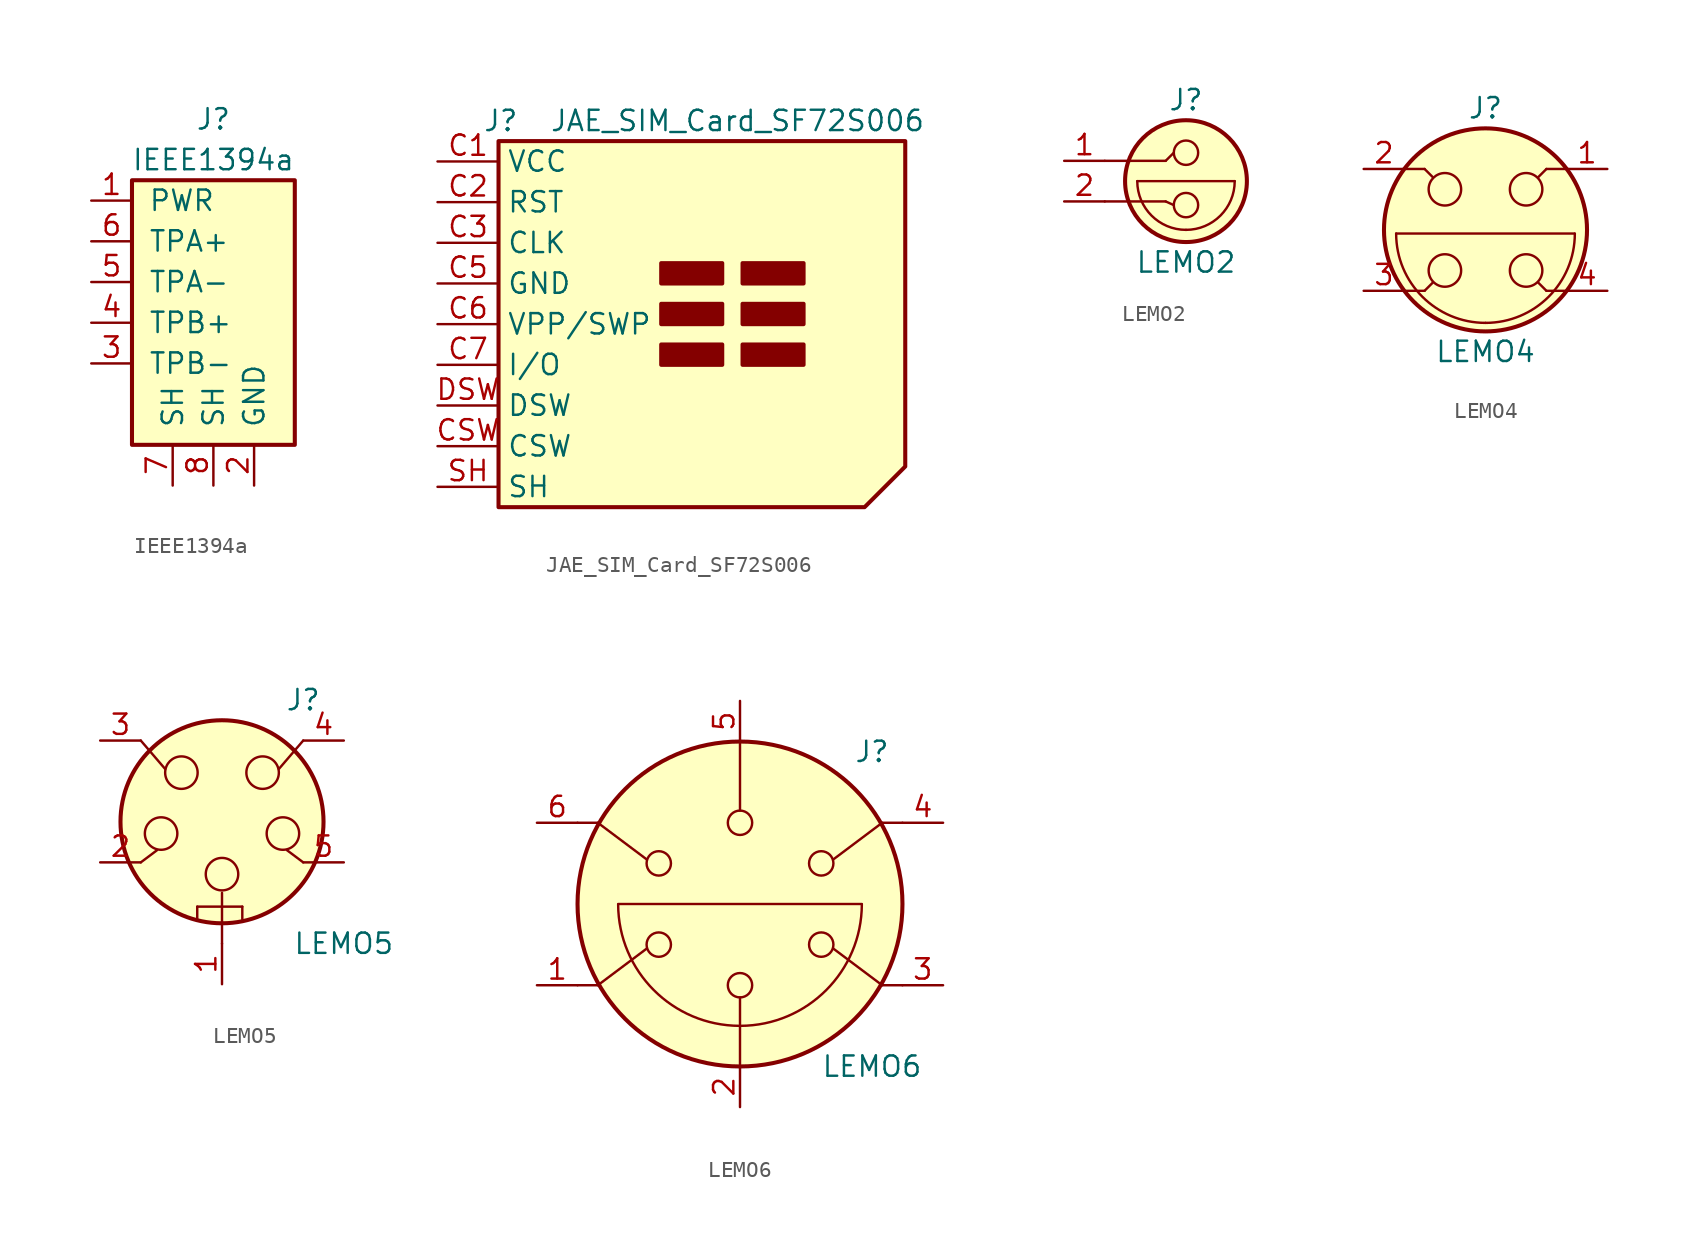
<source format=kicad_sym>
(kicad_symbol_lib
  (version 20220914)
  (generator kicad_symbol_editor)
  (symbol "IEEE1394a"
    (pin_names
      (offset 1.016))
    (property "Reference" "J"
      (at 0 12.7 0)
      (effects (font (size 1.27 1.27))))
    (property "Value" "IEEE1394a"
      (at 0 10.16 0)
      (effects (font (size 1.27 1.27))))
    (symbol "IEEE1394a_0_1"
      (rectangle (start -5.08 8.89) (end 5.08 -7.62) (stroke (width 0.254) (type solid)) (fill (type background))))
    (symbol "IEEE1394a_1_1"
      (pin power_in line (at -7.62 7.62 0) (length 2.54) (name "PWR" (effects (font (size 1.27 1.27)))) (number "1" (effects (font (size 1.27 1.27)))))
      (pin power_in line (at 2.54 -10.16 90) (length 2.54) (name "GND" (effects (font (size 1.27 1.27)))) (number "2" (effects (font (size 1.27 1.27)))))
      (pin bidirectional line (at -7.62 -2.54 0) (length 2.54) (name "TPB-" (effects (font (size 1.27 1.27)))) (number "3" (effects (font (size 1.27 1.27)))))
      (pin bidirectional line (at -7.62 0 0) (length 2.54) (name "TPB+" (effects (font (size 1.27 1.27)))) (number "4" (effects (font (size 1.27 1.27)))))
      (pin bidirectional line (at -7.62 2.54 0) (length 2.54) (name "TPA-" (effects (font (size 1.27 1.27)))) (number "5" (effects (font (size 1.27 1.27)))))
      (pin bidirectional line (at -7.62 5.08 0) (length 2.54) (name "TPA+" (effects (font (size 1.27 1.27)))) (number "6" (effects (font (size 1.27 1.27)))))
      (pin passive line (at -2.54 -10.16 90) (length 2.54) (name "SH" (effects (font (size 1.27 1.27)))) (number "7" (effects (font (size 1.27 1.27)))))
      (pin passive line (at 0 -10.16 90) (length 2.54) (name "SH" (effects (font (size 1.27 1.27)))) (number "8" (effects (font (size 1.27 1.27)))))))
  (symbol "JAE_SIM_Card_SF72S006"
    (property "Reference" "J"
      (at 5.08 12.7 0)
      (effects (font (size 1.27 1.27)) (justify right)))
    (property "Value" "JAE_SIM_Card_SF72S006"
      (at 30.48 12.7 0)
      (effects (font (size 1.27 1.27)) (justify right)))
    (symbol "JAE_SIM_Card_SF72S006_0_1"
      (polyline (pts (xy 3.81 11.43) (xy 3.81 -11.43) (xy 26.67 -11.43) (xy 29.21 -8.89) (xy 29.21 11.43) (xy 3.81 11.43)) (stroke (width 0.254) (type solid)) (fill (type background)))
      (rectangle (start 13.97 -2.54) (end 17.78 -1.27) (stroke (width 0.254) (type solid)) (fill (type outline)))
      (rectangle (start 13.97 0) (end 17.78 1.27) (stroke (width 0.254) (type solid)) (fill (type outline)))
      (rectangle (start 13.97 2.54) (end 17.78 3.81) (stroke (width 0.254) (type solid)) (fill (type outline)))
      (rectangle (start 19.05 -1.27) (end 22.86 -2.54) (stroke (width 0.254) (type solid)) (fill (type outline)))
      (rectangle (start 19.05 0) (end 22.86 1.27) (stroke (width 0.254) (type solid)) (fill (type outline)))
      (rectangle (start 19.05 2.54) (end 22.86 3.81) (stroke (width 0.254) (type solid)) (fill (type outline))))
    (symbol "JAE_SIM_Card_SF72S006_1_1"
      (pin power_in line (at 0 10.16 0) (length 3.81) (name "VCC" (effects (font (size 1.27 1.27)))) (number "C1" (effects (font (size 1.27 1.27)))))
      (pin input line (at 0 7.62 0) (length 3.81) (name "RST" (effects (font (size 1.27 1.27)))) (number "C2" (effects (font (size 1.27 1.27)))))
      (pin input line (at 0 5.08 0) (length 3.81) (name "CLK" (effects (font (size 1.27 1.27)))) (number "C3" (effects (font (size 1.27 1.27)))))
      (pin power_in line (at 0 2.54 0) (length 3.81) (name "GND" (effects (font (size 1.27 1.27)))) (number "C5" (effects (font (size 1.27 1.27)))))
      (pin bidirectional line (at 0 0 0) (length 3.81) (name "VPP/SWP" (effects (font (size 1.27 1.27)))) (number "C6" (effects (font (size 1.27 1.27)))))
      (pin bidirectional line (at 0 -2.54 0) (length 3.81) (name "I/O" (effects (font (size 1.27 1.27)))) (number "C7" (effects (font (size 1.27 1.27)))))
      (pin passive line (at 0 -7.62 0) (length 3.81) (name "CSW" (effects (font (size 1.27 1.27)))) (number "CSW" (effects (font (size 1.27 1.27)))))
      (pin passive line (at 0 -5.08 0) (length 3.81) (name "DSW" (effects (font (size 1.27 1.27)))) (number "DSW" (effects (font (size 1.27 1.27)))))
      (pin passive line (at 0 -10.16 0) (length 3.81) (name "SH" (effects (font (size 1.27 1.27)))) (number "SH" (effects (font (size 1.27 1.27)))))))
  (symbol "LEMO2"
    (pin_names
      (offset 1.016) hide)
    (property "Reference" "J"
      (at 0 6.35 0)
      (effects (font (size 1.27 1.27))))
    (property "Value" "LEMO2"
      (at 0 -3.81 0)
      (effects (font (size 1.27 1.27))))
    (symbol "LEMO2_0_1"
      (arc (start -3.048 1.27) (mid -2.1553 -0.8853) (end 0 -1.778) (stroke (width 0) (type solid)) (fill (type none)))
      (arc (start 0 -1.778) (mid 2.1553 -0.8853) (end 3.048 1.27) (stroke (width 0) (type solid)) (fill (type none)))
      (circle (center 0 -0.229) (radius 0.762) (stroke (width 0) (type solid)) (fill (type none)))
      (polyline (pts (xy -5.08 0) (xy -1.27 0)) (stroke (width 0) (type solid)) (fill (type none)))
      (polyline (pts (xy -5.08 2.54) (xy -1.27 2.54)) (stroke (width 0) (type solid)) (fill (type none)))
      (polyline (pts (xy -3.048 1.27) (xy 3.048 1.27)) (stroke (width 0) (type solid)) (fill (type none)))
      (polyline (pts (xy -1.27 2.54) (xy -0.762 3.048)) (stroke (width 0) (type solid)) (fill (type none)))
      (polyline (pts (xy -0.762 -0.229) (xy -1.27 0)) (stroke (width 0) (type solid)) (fill (type none)))
      (circle (center 0 1.27) (radius 3.81) (stroke (width 0.254) (type solid)) (fill (type background)))
      (circle (center 0 3.048) (radius 0.762) (stroke (width 0) (type solid)) (fill (type none))))
    (symbol "LEMO2_1_1"
      (pin passive line (at -7.62 2.54 0) (length 2.54) (name "~" (effects (font (size 1.27 1.27)))) (number "1" (effects (font (size 1.27 1.27)))))
      (pin passive line (at -7.62 0 0) (length 2.54) (name "~" (effects (font (size 1.27 1.27)))) (number "2" (effects (font (size 1.27 1.27)))))))
  (symbol "LEMO4"
    (pin_names
      (offset 1.016) hide)
    (property "Reference" "J"
      (at 0 7.62 0)
      (effects (font (size 1.27 1.27))))
    (property "Value" "LEMO4"
      (at 0 -7.62 0)
      (effects (font (size 1.27 1.27))))
    (symbol "LEMO4_0_1"
      (arc (start -5.588 -0.2286) (mid -3.9513 -4.1799) (end 0 -5.8166) (stroke (width 0) (type solid)) (fill (type none)))
      (circle (center -2.54 -2.54) (radius 1.016) (stroke (width 0) (type solid)) (fill (type none)))
      (circle (center -2.54 2.54) (radius 1.016) (stroke (width 0) (type solid)) (fill (type none)))
      (arc (start 0 -5.8166) (mid 3.9513 -4.1799) (end 5.588 -0.2286) (stroke (width 0) (type solid)) (fill (type none)))
      (polyline (pts (xy -5.588 -0.229) (xy 5.563 -0.229)) (stroke (width 0) (type solid)) (fill (type none)))
      (polyline (pts (xy -5.08 -3.81) (xy -3.81 -3.81)) (stroke (width 0) (type solid)) (fill (type none)))
      (polyline (pts (xy -3.81 -3.81) (xy -3.302 -3.302)) (stroke (width 0) (type solid)) (fill (type none)))
      (polyline (pts (xy -3.81 3.81) (xy -5.08 3.81)) (stroke (width 0) (type solid)) (fill (type none)))
      (polyline (pts (xy -3.81 3.81) (xy -3.302 3.302)) (stroke (width 0) (type solid)) (fill (type none)))
      (polyline (pts (xy 3.81 -3.81) (xy 3.302 -3.302)) (stroke (width 0) (type solid)) (fill (type none)))
      (polyline (pts (xy 3.81 3.81) (xy 3.302 3.302)) (stroke (width 0) (type solid)) (fill (type none)))
      (polyline (pts (xy 5.08 -3.81) (xy 3.81 -3.81)) (stroke (width 0) (type solid)) (fill (type none)))
      (polyline (pts (xy 5.08 3.81) (xy 3.81 3.81)) (stroke (width 0) (type solid)) (fill (type none)))
      (circle (center 0 0) (radius 6.35) (stroke (width 0.254) (type solid)) (fill (type background)))
      (circle (center 2.54 -2.54) (radius 1.016) (stroke (width 0) (type solid)) (fill (type none)))
      (circle (center 2.54 2.54) (radius 1.016) (stroke (width 0) (type solid)) (fill (type none))))
    (symbol "LEMO4_1_1"
      (pin passive line (at 7.62 3.81 180) (length 2.54) (name "~" (effects (font (size 1.27 1.27)))) (number "1" (effects (font (size 1.27 1.27)))))
      (pin passive line (at -7.62 3.81 0) (length 2.54) (name "~" (effects (font (size 1.27 1.27)))) (number "2" (effects (font (size 1.27 1.27)))))
      (pin passive line (at -7.62 -3.81 0) (length 2.54) (name "~" (effects (font (size 1.27 1.27)))) (number "3" (effects (font (size 1.27 1.27)))))
      (pin passive line (at 7.62 -3.81 180) (length 2.54) (name "~" (effects (font (size 1.27 1.27)))) (number "4" (effects (font (size 1.27 1.27)))))))
  (symbol "LEMO5"
    (pin_names
      (offset 1.016) hide)
    (property "Reference" "J"
      (at 5.08 7.62 0)
      (effects (font (size 1.27 1.27))))
    (property "Value" "LEMO5"
      (at 7.62 -7.62 0)
      (effects (font (size 1.27 1.27))))
    (symbol "LEMO5_0_1"
      (circle (center -3.81 -0.737) (radius 1.016) (stroke (width 0) (type solid)) (fill (type none)))
      (circle (center -2.54 3.073) (radius 1.016) (stroke (width 0) (type solid)) (fill (type none)))
      (circle (center 0 -3.277) (radius 1.016) (stroke (width 0) (type solid)) (fill (type none)))
      (polyline (pts (xy -5.08 -2.54) (xy -4.064 -1.778)) (stroke (width 0) (type solid)) (fill (type none)))
      (polyline (pts (xy -5.08 5.08) (xy -3.556 3.302)) (stroke (width 0) (type solid)) (fill (type none)))
      (polyline (pts (xy -1.549 -6.096) (xy -1.549 -5.309)) (stroke (width 0) (type solid)) (fill (type none)))
      (polyline (pts (xy -1.549 -5.309) (xy 1.27 -5.309)) (stroke (width 0) (type solid)) (fill (type none)))
      (polyline (pts (xy 0 -7.62) (xy 0 -4.445)) (stroke (width 0) (type solid)) (fill (type none)))
      (polyline (pts (xy 1.27 -5.309) (xy 1.27 -6.096)) (stroke (width 0) (type solid)) (fill (type none)))
      (polyline (pts (xy 5.08 -2.54) (xy 4.064 -1.778)) (stroke (width 0) (type solid)) (fill (type none)))
      (polyline (pts (xy 5.08 5.08) (xy 3.556 3.302)) (stroke (width 0) (type solid)) (fill (type none)))
      (circle (center 0 0) (radius 6.35) (stroke (width 0.254) (type solid)) (fill (type background)))
      (circle (center 2.54 3.073) (radius 1.016) (stroke (width 0) (type solid)) (fill (type none)))
      (circle (center 3.81 -0.737) (radius 1.016) (stroke (width 0) (type solid)) (fill (type none))))
    (symbol "LEMO5_1_1"
      (pin passive line (at 0 -10.16 90) (length 2.54) (name "~" (effects (font (size 1.27 1.27)))) (number "1" (effects (font (size 1.27 1.27)))))
      (pin passive line (at -7.62 -2.54 0) (length 2.54) (name "~" (effects (font (size 1.27 1.27)))) (number "2" (effects (font (size 1.27 1.27)))))
      (pin passive line (at -7.62 5.08 0) (length 2.54) (name "~" (effects (font (size 1.27 1.27)))) (number "3" (effects (font (size 1.27 1.27)))))
      (pin passive line (at 7.62 5.08 180) (length 2.54) (name "~" (effects (font (size 1.27 1.27)))) (number "4" (effects (font (size 1.27 1.27)))))
      (pin passive line (at 7.62 -2.54 180) (length 2.54) (name "~" (effects (font (size 1.27 1.27)))) (number "5" (effects (font (size 1.27 1.27)))))))
  (symbol "LEMO6"
    (pin_names
      (offset 1.016) hide)
    (property "Reference" "J"
      (at 8.255 9.525 0)
      (effects (font (size 1.27 1.27))))
    (property "Value" "LEMO6"
      (at 8.255 -10.16 0)
      (effects (font (size 1.27 1.27))))
    (symbol "LEMO6_0_1"
      (arc (start -7.62 -0.0254) (mid -5.3882 -5.3882) (end -0.0254 -7.62) (stroke (width 0) (type solid)) (fill (type none)))
      (circle (center -5.08 -2.54) (radius 0.762) (stroke (width 0) (type solid)) (fill (type none)))
      (circle (center -5.08 2.54) (radius 0.762) (stroke (width 0) (type solid)) (fill (type none)))
      (circle (center 0 -5.08) (radius 0.762) (stroke (width 0) (type solid)) (fill (type none)))
      (polyline (pts (xy -10.16 5.08) (xy -8.89 5.08)) (stroke (width 0) (type solid)) (fill (type none)))
      (polyline (pts (xy -8.89 -5.08) (xy -10.16 -5.08)) (stroke (width 0) (type solid)) (fill (type none)))
      (polyline (pts (xy -8.89 -5.08) (xy -5.842 -2.794)) (stroke (width 0) (type solid)) (fill (type none)))
      (polyline (pts (xy -8.89 5.08) (xy -5.842 2.794)) (stroke (width 0) (type solid)) (fill (type none)))
      (polyline (pts (xy -7.62 0) (xy 7.62 0)) (stroke (width 0) (type solid)) (fill (type none)))
      (polyline (pts (xy 0 -10.16) (xy 0 -5.842)) (stroke (width 0) (type solid)) (fill (type none)))
      (polyline (pts (xy 0 10.16) (xy 0 5.842)) (stroke (width 0) (type solid)) (fill (type none)))
      (polyline (pts (xy 8.89 -5.08) (xy 5.842 -2.794)) (stroke (width 0) (type solid)) (fill (type none)))
      (polyline (pts (xy 8.89 -5.08) (xy 10.16 -5.08)) (stroke (width 0) (type solid)) (fill (type none)))
      (polyline (pts (xy 8.89 5.08) (xy 5.842 2.794)) (stroke (width 0) (type solid)) (fill (type none)))
      (polyline (pts (xy 10.16 5.08) (xy 8.89 5.08)) (stroke (width 0) (type solid)) (fill (type none)))
      (circle (center 0 0) (radius 10.16) (stroke (width 0.254) (type solid)) (fill (type background)))
      (circle (center 0 5.08) (radius 0.762) (stroke (width 0) (type solid)) (fill (type none)))
      (arc (start 0.0254 -7.62) (mid 5.3882 -5.3882) (end 7.62 -0.0254) (stroke (width 0) (type solid)) (fill (type none)))
      (circle (center 5.08 -2.54) (radius 0.762) (stroke (width 0) (type solid)) (fill (type none)))
      (circle (center 5.08 2.54) (radius 0.762) (stroke (width 0) (type solid)) (fill (type none))))
    (symbol "LEMO6_1_1"
      (pin passive line (at -12.7 -5.08 0) (length 2.54) (name "~" (effects (font (size 1.27 1.27)))) (number "1" (effects (font (size 1.27 1.27)))))
      (pin passive line (at 0 -12.7 90) (length 2.54) (name "~" (effects (font (size 1.27 1.27)))) (number "2" (effects (font (size 1.27 1.27)))))
      (pin passive line (at 12.7 -5.08 180) (length 2.54) (name "~" (effects (font (size 1.27 1.27)))) (number "3" (effects (font (size 1.27 1.27)))))
      (pin passive line (at 12.7 5.08 180) (length 2.54) (name "~" (effects (font (size 1.27 1.27)))) (number "4" (effects (font (size 1.27 1.27)))))
      (pin passive line (at 0 12.7 270) (length 2.54) (name "~" (effects (font (size 1.27 1.27)))) (number "5" (effects (font (size 1.27 1.27)))))
      (pin passive line (at -12.7 5.08 0) (length 2.54) (name "~" (effects (font (size 1.27 1.27)))) (number "6" (effects (font (size 1.27 1.27))))))))
</source>
